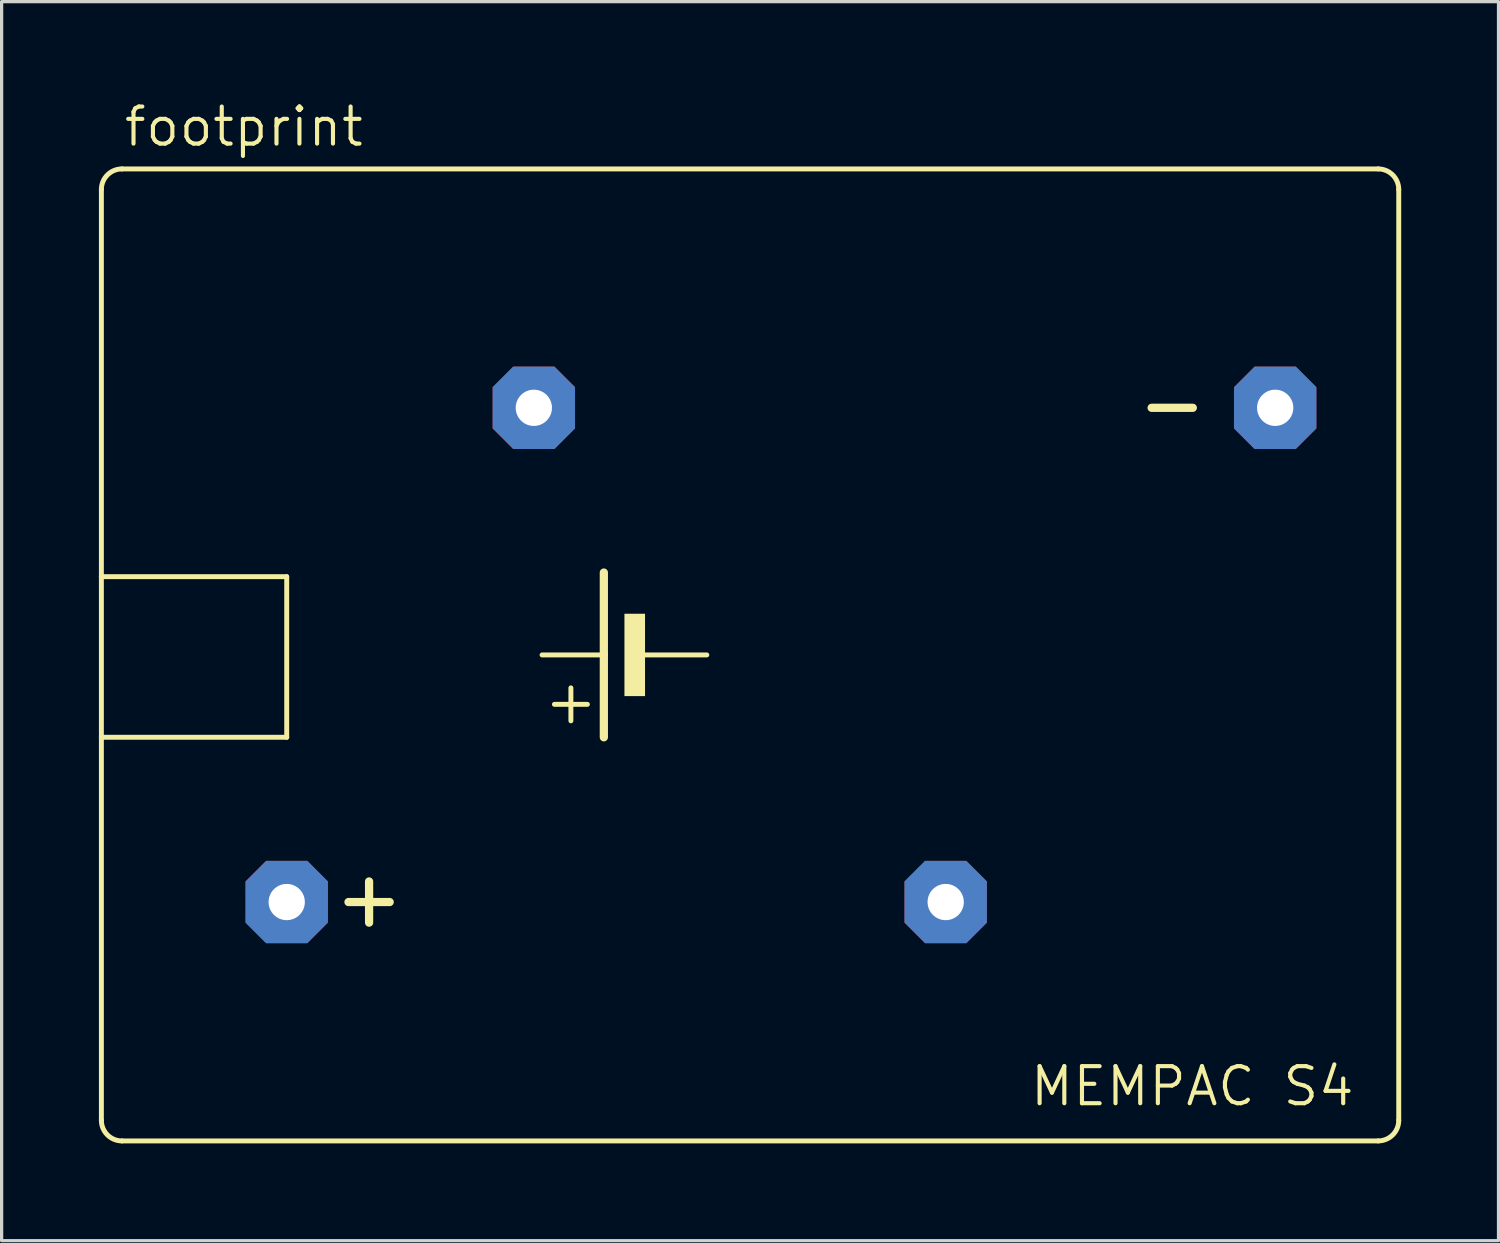
<source format=kicad_pcb>
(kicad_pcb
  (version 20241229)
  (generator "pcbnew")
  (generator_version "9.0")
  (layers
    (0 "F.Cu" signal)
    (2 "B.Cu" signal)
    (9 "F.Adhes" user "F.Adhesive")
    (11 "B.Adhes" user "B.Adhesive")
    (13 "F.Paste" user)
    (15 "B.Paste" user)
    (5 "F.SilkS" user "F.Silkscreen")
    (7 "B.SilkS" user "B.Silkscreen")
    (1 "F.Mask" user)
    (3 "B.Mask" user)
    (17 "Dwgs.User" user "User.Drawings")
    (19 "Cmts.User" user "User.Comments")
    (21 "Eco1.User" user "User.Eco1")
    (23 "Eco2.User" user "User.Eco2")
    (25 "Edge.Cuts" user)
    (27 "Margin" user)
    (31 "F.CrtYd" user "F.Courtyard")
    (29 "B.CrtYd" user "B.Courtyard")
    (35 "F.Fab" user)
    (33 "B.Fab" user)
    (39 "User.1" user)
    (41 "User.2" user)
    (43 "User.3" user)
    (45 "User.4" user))
  (footprint "footprint"
    (layer "F.Cu")
    (at 21.031 17.145)
    (property "Reference" "footprint" (at -20.32 -15.621 0) (layer "F.SilkS") (effects (font (size 1.143 1.143) (thickness 0.127)) (justify left bottom)))
    (fp_line (start -20.955 -2.413) (end -20.955 -14.351) (stroke (width 0.152) (type solid)) (layer "F.SilkS"))
    (fp_line (start -20.955 -2.413) (end -15.24 -2.413) (stroke (width 0.152) (type solid)) (layer "F.SilkS"))
    (fp_line (start -20.955 2.54) (end -20.955 -2.413) (stroke (width 0.152) (type solid)) (layer "F.SilkS"))
    (fp_line (start -20.955 14.351) (end -20.955 2.54) (stroke (width 0.152) (type solid)) (layer "F.SilkS"))
    (fp_line (start -20.32 -14.986) (end 18.415 -14.986) (stroke (width 0.152) (type solid)) (layer "F.SilkS"))
    (fp_line (start -20.32 14.986) (end 18.415 14.986) (stroke (width 0.152) (type solid)) (layer "F.SilkS"))
    (fp_line (start -15.24 2.54) (end -20.955 2.54) (stroke (width 0.152) (type solid)) (layer "F.SilkS"))
    (fp_line (start -15.24 2.54) (end -15.24 -2.413) (stroke (width 0.152) (type solid)) (layer "F.SilkS"))
    (fp_line (start -13.335 7.62) (end -12.065 7.62) (stroke (width 0.254) (type solid)) (layer "F.SilkS"))
    (fp_line (start -12.7 6.985) (end -12.7 8.255) (stroke (width 0.254) (type solid)) (layer "F.SilkS"))
    (fp_line (start -6.477 2.032) (end -6.477 1.016) (stroke (width 0.152) (type solid)) (layer "F.SilkS"))
    (fp_line (start -5.969 1.524) (end -6.985 1.524) (stroke (width 0.152) (type solid)) (layer "F.SilkS"))
    (fp_line (start -5.461 0) (end -7.366 0) (stroke (width 0.152) (type solid)) (layer "F.SilkS"))
    (fp_line (start -5.461 0) (end -5.461 -2.54) (stroke (width 0.254) (type solid)) (layer "F.SilkS"))
    (fp_line (start -5.461 2.54) (end -5.461 0) (stroke (width 0.254) (type solid)) (layer "F.SilkS"))
    (fp_line (start -2.286 0) (end -4.191 0) (stroke (width 0.152) (type solid)) (layer "F.SilkS"))
    (fp_line (start 11.43 -7.62) (end 12.7 -7.62) (stroke (width 0.254) (type solid)) (layer "F.SilkS"))
    (fp_line (start 19.05 -14.351) (end 19.05 14.351) (stroke (width 0.152) (type solid)) (layer "F.SilkS"))
    (fp_arc (start -20.955 -14.351) (mid -20.769013 -14.800013) (end -20.32 -14.986) (stroke (width 0.1524) (type solid)) (layer "F.SilkS"))
    (fp_arc (start -20.32 14.986) (mid -20.769013 14.800013) (end -20.955 14.351) (stroke (width 0.1524) (type solid)) (layer "F.SilkS"))
    (fp_arc (start 18.415 -14.986) (mid 18.864013 -14.800013) (end 19.05 -14.351) (stroke (width 0.1524) (type solid)) (layer "F.SilkS"))
    (fp_arc (start 19.05 14.351) (mid 18.864013 14.800013) (end 18.415 14.986) (stroke (width 0.1524) (type solid)) (layer "F.SilkS"))
    (fp_poly (pts (xy -4.826 1.27) (xy -4.191 1.27) (xy -4.191 -1.27) (xy -4.826 -1.27)) (stroke (width 0) (type solid)) (fill yes) (layer "F.SilkS"))
    (fp_text user "MEMPAC S4" (at 7.62 13.97 0) (layer "F.SilkS") (effects (font (size 1.143 1.143) (thickness 0.127)) (justify left bottom)))
    (pad "+" thru_hole roundrect (at -15.24 7.62) (size 2.54 2.54) (drill 1.118) (layers "*.Cu" "*.Mask") (roundrect_rratio 0.25) (chamfer_ratio 0.25) (chamfer top_left top_right bottom_left bottom_right))
    (pad "-" thru_hole roundrect (at 15.24 -7.62) (size 2.54 2.54) (drill 1.118) (layers "*.Cu" "*.Mask") (roundrect_rratio 0.25) (chamfer_ratio 0.25) (chamfer top_left top_right bottom_left bottom_right))
    (pad "1" thru_hole roundrect (at -7.62 -7.62) (size 2.54 2.54) (drill 1.118) (layers "*.Cu" "*.Mask") (roundrect_rratio 0.25) (chamfer_ratio 0.25) (chamfer top_left top_right bottom_left bottom_right))
    (pad "2" thru_hole roundrect (at 5.08 7.62) (size 2.54 2.54) (drill 1.118) (layers "*.Cu" "*.Mask") (roundrect_rratio 0.25) (chamfer_ratio 0.25) (chamfer top_left top_right bottom_left bottom_right)))
  (gr_rect
    (start -3 -3)
    (end 43.157 35.207)
    (stroke (width 0.1) (type default))
    (fill no)
    (layer "Edge.Cuts")))
</source>
